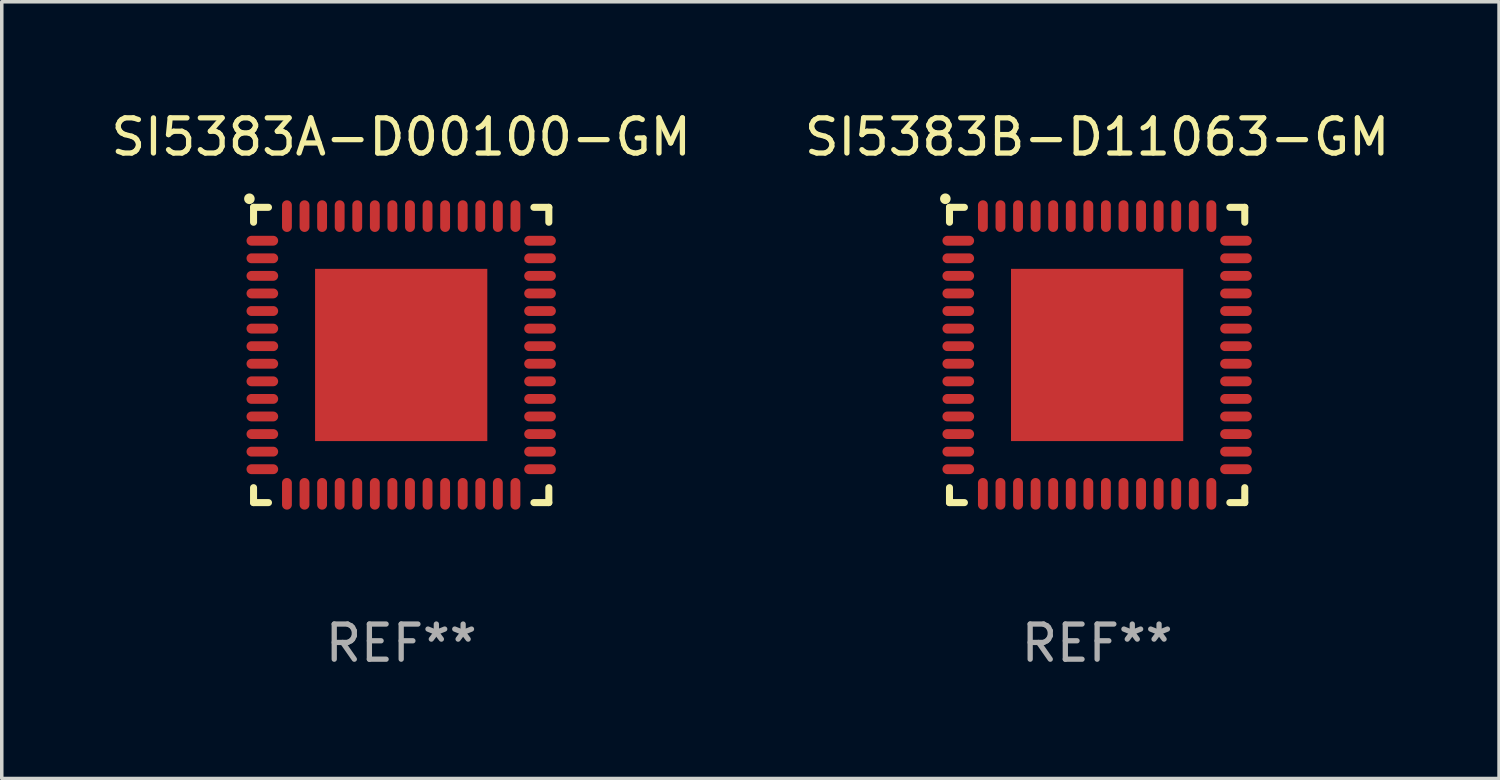
<source format=kicad_pcb>
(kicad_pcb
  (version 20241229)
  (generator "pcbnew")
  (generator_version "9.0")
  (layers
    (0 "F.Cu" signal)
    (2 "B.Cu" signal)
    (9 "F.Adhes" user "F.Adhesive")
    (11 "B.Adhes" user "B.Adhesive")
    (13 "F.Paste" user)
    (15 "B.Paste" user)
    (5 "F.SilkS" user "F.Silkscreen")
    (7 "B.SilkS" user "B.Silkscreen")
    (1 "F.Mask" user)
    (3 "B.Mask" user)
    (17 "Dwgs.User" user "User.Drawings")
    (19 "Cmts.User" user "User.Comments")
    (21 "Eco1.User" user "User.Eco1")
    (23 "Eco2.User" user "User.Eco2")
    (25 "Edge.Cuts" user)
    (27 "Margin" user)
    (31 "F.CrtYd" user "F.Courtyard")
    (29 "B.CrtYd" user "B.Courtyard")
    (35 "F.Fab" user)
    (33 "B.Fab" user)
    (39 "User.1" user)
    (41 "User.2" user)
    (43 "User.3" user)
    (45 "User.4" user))
  (footprint "SI5383A-D00100-GM"
    (layer "F.Cu")
    (at 8.363 7.048)
    (property "Reference" "SI5383A-D00100-GM" (at 0 -6.2 0) (layer "F.SilkS") (effects (font (size 1 1) (thickness 0.15))))
    (attr through_hole)
    (fp_line (start -4.2 -4.2) (end -3.775 -4.2) (stroke (width 0.2) (type solid)) (layer "F.SilkS"))
    (fp_line (start -4.2 -3.775) (end -4.2 -4.2) (stroke (width 0.2) (type solid)) (layer "F.SilkS"))
    (fp_line (start -4.2 3.775) (end -4.2 4.2) (stroke (width 0.2) (type solid)) (layer "F.SilkS"))
    (fp_line (start -4.2 4.2) (end -3.775 4.2) (stroke (width 0.2) (type solid)) (layer "F.SilkS"))
    (fp_line (start 3.775 4.2) (end 4.2 4.2) (stroke (width 0.2) (type solid)) (layer "F.SilkS"))
    (fp_line (start 4.2 -4.2) (end 3.775 -4.2) (stroke (width 0.2) (type solid)) (layer "F.SilkS"))
    (fp_line (start 4.2 -3.775) (end 4.2 -4.2) (stroke (width 0.2) (type solid)) (layer "F.SilkS"))
    (fp_line (start 4.2 4.2) (end 4.2 3.775) (stroke (width 0.2) (type solid)) (layer "F.SilkS"))
    (fp_arc (start -4.318009 -4.442469) (mid -4.318014 -4.443739) (end -4.318009 -4.445009) (stroke (width 0.3) (type solid)) (layer "F.SilkS"))
    (fp_text user "REF**" (at 0 8.2 0) (layer "F.Fab") (effects (font (size 1 1) (thickness 0.15))))
    (pad "1" smd oval (at -3.95 -3.25 90) (size 0.28 0.9) (layers "F.Cu" "F.Mask" "F.Paste"))
    (pad "2" smd oval (at -3.95 -2.75 90) (size 0.28 0.9) (layers "F.Cu" "F.Mask" "F.Paste"))
    (pad "3" smd oval (at -3.95 -2.25 90) (size 0.28 0.9) (layers "F.Cu" "F.Mask" "F.Paste"))
    (pad "4" smd oval (at -3.95 -1.75 90) (size 0.28 0.9) (layers "F.Cu" "F.Mask" "F.Paste"))
    (pad "5" smd oval (at -3.95 -1.25 90) (size 0.28 0.9) (layers "F.Cu" "F.Mask" "F.Paste"))
    (pad "6" smd oval (at -3.95 -0.75 90) (size 0.28 0.9) (layers "F.Cu" "F.Mask" "F.Paste"))
    (pad "7" smd oval (at -3.95 -0.25 90) (size 0.28 0.9) (layers "F.Cu" "F.Mask" "F.Paste"))
    (pad "8" smd oval (at -3.95 0.25 90) (size 0.28 0.9) (layers "F.Cu" "F.Mask" "F.Paste"))
    (pad "9" smd oval (at -3.95 0.75 90) (size 0.28 0.9) (layers "F.Cu" "F.Mask" "F.Paste"))
    (pad "10" smd oval (at -3.95 1.25 90) (size 0.28 0.9) (layers "F.Cu" "F.Mask" "F.Paste"))
    (pad "11" smd oval (at -3.95 1.75 90) (size 0.28 0.9) (layers "F.Cu" "F.Mask" "F.Paste"))
    (pad "12" smd oval (at -3.95 2.25 90) (size 0.28 0.9) (layers "F.Cu" "F.Mask" "F.Paste"))
    (pad "13" smd oval (at -3.95 2.75 90) (size 0.28 0.9) (layers "F.Cu" "F.Mask" "F.Paste"))
    (pad "14" smd oval (at -3.95 3.25 90) (size 0.28 0.9) (layers "F.Cu" "F.Mask" "F.Paste"))
    (pad "15" smd oval (at -3.25 3.95) (size 0.28 0.9) (layers "F.Cu" "F.Mask" "F.Paste"))
    (pad "16" smd oval (at -2.75 3.95) (size 0.28 0.9) (layers "F.Cu" "F.Mask" "F.Paste"))
    (pad "17" smd oval (at -2.25 3.95) (size 0.28 0.9) (layers "F.Cu" "F.Mask" "F.Paste"))
    (pad "18" smd oval (at -1.75 3.95) (size 0.28 0.9) (layers "F.Cu" "F.Mask" "F.Paste"))
    (pad "19" smd oval (at -1.25 3.95) (size 0.28 0.9) (layers "F.Cu" "F.Mask" "F.Paste"))
    (pad "20" smd oval (at -0.75 3.95) (size 0.28 0.9) (layers "F.Cu" "F.Mask" "F.Paste"))
    (pad "21" smd oval (at -0.25 3.95) (size 0.28 0.9) (layers "F.Cu" "F.Mask" "F.Paste"))
    (pad "22" smd oval (at 0.25 3.95) (size 0.28 0.9) (layers "F.Cu" "F.Mask" "F.Paste"))
    (pad "23" smd oval (at 0.75 3.95) (size 0.28 0.9) (layers "F.Cu" "F.Mask" "F.Paste"))
    (pad "24" smd oval (at 1.25 3.95) (size 0.28 0.9) (layers "F.Cu" "F.Mask" "F.Paste"))
    (pad "25" smd oval (at 1.75 3.95) (size 0.28 0.9) (layers "F.Cu" "F.Mask" "F.Paste"))
    (pad "26" smd oval (at 2.25 3.95) (size 0.28 0.9) (layers "F.Cu" "F.Mask" "F.Paste"))
    (pad "27" smd oval (at 2.75 3.95) (size 0.28 0.9) (layers "F.Cu" "F.Mask" "F.Paste"))
    (pad "28" smd oval (at 3.25 3.95) (size 0.28 0.9) (layers "F.Cu" "F.Mask" "F.Paste"))
    (pad "29" smd oval (at 3.95 3.25 90) (size 0.28 0.9) (layers "F.Cu" "F.Mask" "F.Paste"))
    (pad "30" smd oval (at 3.95 2.75 90) (size 0.28 0.9) (layers "F.Cu" "F.Mask" "F.Paste"))
    (pad "31" smd oval (at 3.95 2.25 90) (size 0.28 0.9) (layers "F.Cu" "F.Mask" "F.Paste"))
    (pad "32" smd oval (at 3.95 1.75 90) (size 0.28 0.9) (layers "F.Cu" "F.Mask" "F.Paste"))
    (pad "33" smd oval (at 3.95 1.25 90) (size 0.28 0.9) (layers "F.Cu" "F.Mask" "F.Paste"))
    (pad "34" smd oval (at 3.95 0.75 90) (size 0.28 0.9) (layers "F.Cu" "F.Mask" "F.Paste"))
    (pad "35" smd oval (at 3.95 0.25 90) (size 0.28 0.9) (layers "F.Cu" "F.Mask" "F.Paste"))
    (pad "36" smd oval (at 3.95 -0.25 90) (size 0.28 0.9) (layers "F.Cu" "F.Mask" "F.Paste"))
    (pad "37" smd oval (at 3.95 -0.75 90) (size 0.28 0.9) (layers "F.Cu" "F.Mask" "F.Paste"))
    (pad "38" smd oval (at 3.95 -1.25 90) (size 0.28 0.9) (layers "F.Cu" "F.Mask" "F.Paste"))
    (pad "39" smd oval (at 3.95 -1.75 90) (size 0.28 0.9) (layers "F.Cu" "F.Mask" "F.Paste"))
    (pad "40" smd oval (at 3.95 -2.25 90) (size 0.28 0.9) (layers "F.Cu" "F.Mask" "F.Paste"))
    (pad "41" smd oval (at 3.95 -2.75 90) (size 0.28 0.9) (layers "F.Cu" "F.Mask" "F.Paste"))
    (pad "42" smd oval (at 3.95 -3.25 90) (size 0.28 0.9) (layers "F.Cu" "F.Mask" "F.Paste"))
    (pad "43" smd oval (at 3.25 -3.95) (size 0.28 0.9) (layers "F.Cu" "F.Mask" "F.Paste"))
    (pad "44" smd oval (at 2.75 -3.95) (size 0.28 0.9) (layers "F.Cu" "F.Mask" "F.Paste"))
    (pad "45" smd oval (at 2.25 -3.95) (size 0.28 0.9) (layers "F.Cu" "F.Mask" "F.Paste"))
    (pad "46" smd oval (at 1.75 -3.95) (size 0.28 0.9) (layers "F.Cu" "F.Mask" "F.Paste"))
    (pad "47" smd oval (at 1.25 -3.95) (size 0.28 0.9) (layers "F.Cu" "F.Mask" "F.Paste"))
    (pad "48" smd oval (at 0.75 -3.95) (size 0.28 0.9) (layers "F.Cu" "F.Mask" "F.Paste"))
    (pad "49" smd oval (at 0.25 -3.95) (size 0.28 0.9) (layers "F.Cu" "F.Mask" "F.Paste"))
    (pad "50" smd oval (at -0.25 -3.95) (size 0.28 0.9) (layers "F.Cu" "F.Mask" "F.Paste"))
    (pad "51" smd oval (at -0.75 -3.95) (size 0.28 0.9) (layers "F.Cu" "F.Mask" "F.Paste"))
    (pad "52" smd oval (at -1.25 -3.95) (size 0.28 0.9) (layers "F.Cu" "F.Mask" "F.Paste"))
    (pad "53" smd oval (at -1.75 -3.95) (size 0.28 0.9) (layers "F.Cu" "F.Mask" "F.Paste"))
    (pad "54" smd oval (at -2.25 -3.95) (size 0.28 0.9) (layers "F.Cu" "F.Mask" "F.Paste"))
    (pad "55" smd oval (at -2.75 -3.95) (size 0.28 0.9) (layers "F.Cu" "F.Mask" "F.Paste"))
    (pad "56" smd oval (at -3.25 -3.95) (size 0.28 0.9) (layers "F.Cu" "F.Mask" "F.Paste"))
    (pad "57" smd rect (at 0 0) (size 4.9 4.9) (layers "F.Cu" "F.Mask" "F.Paste")))
  (footprint "SI5383B-D11063-GM"
    (layer "F.Cu")
    (at 28.161 7.048)
    (property "Reference" "SI5383B-D11063-GM" (at 0 -6.2 0) (layer "F.SilkS") (effects (font (size 1 1) (thickness 0.15))))
    (attr through_hole)
    (fp_line (start -4.2 -4.2) (end -3.775 -4.2) (stroke (width 0.2) (type solid)) (layer "F.SilkS"))
    (fp_line (start -4.2 -3.775) (end -4.2 -4.2) (stroke (width 0.2) (type solid)) (layer "F.SilkS"))
    (fp_line (start -4.2 3.775) (end -4.2 4.2) (stroke (width 0.2) (type solid)) (layer "F.SilkS"))
    (fp_line (start -4.2 4.2) (end -3.775 4.2) (stroke (width 0.2) (type solid)) (layer "F.SilkS"))
    (fp_line (start 3.775 4.2) (end 4.2 4.2) (stroke (width 0.2) (type solid)) (layer "F.SilkS"))
    (fp_line (start 4.2 -4.2) (end 3.775 -4.2) (stroke (width 0.2) (type solid)) (layer "F.SilkS"))
    (fp_line (start 4.2 -3.775) (end 4.2 -4.2) (stroke (width 0.2) (type solid)) (layer "F.SilkS"))
    (fp_line (start 4.2 4.2) (end 4.2 3.775) (stroke (width 0.2) (type solid)) (layer "F.SilkS"))
    (fp_arc (start -4.318009 -4.442469) (mid -4.318014 -4.443739) (end -4.318009 -4.445009) (stroke (width 0.3) (type solid)) (layer "F.SilkS"))
    (fp_text user "REF**" (at 0 8.2 0) (layer "F.Fab") (effects (font (size 1 1) (thickness 0.15))))
    (pad "1" smd oval (at -3.95 -3.25 90) (size 0.28 0.9) (layers "F.Cu" "F.Mask" "F.Paste"))
    (pad "2" smd oval (at -3.95 -2.75 90) (size 0.28 0.9) (layers "F.Cu" "F.Mask" "F.Paste"))
    (pad "3" smd oval (at -3.95 -2.25 90) (size 0.28 0.9) (layers "F.Cu" "F.Mask" "F.Paste"))
    (pad "4" smd oval (at -3.95 -1.75 90) (size 0.28 0.9) (layers "F.Cu" "F.Mask" "F.Paste"))
    (pad "5" smd oval (at -3.95 -1.25 90) (size 0.28 0.9) (layers "F.Cu" "F.Mask" "F.Paste"))
    (pad "6" smd oval (at -3.95 -0.75 90) (size 0.28 0.9) (layers "F.Cu" "F.Mask" "F.Paste"))
    (pad "7" smd oval (at -3.95 -0.25 90) (size 0.28 0.9) (layers "F.Cu" "F.Mask" "F.Paste"))
    (pad "8" smd oval (at -3.95 0.25 90) (size 0.28 0.9) (layers "F.Cu" "F.Mask" "F.Paste"))
    (pad "9" smd oval (at -3.95 0.75 90) (size 0.28 0.9) (layers "F.Cu" "F.Mask" "F.Paste"))
    (pad "10" smd oval (at -3.95 1.25 90) (size 0.28 0.9) (layers "F.Cu" "F.Mask" "F.Paste"))
    (pad "11" smd oval (at -3.95 1.75 90) (size 0.28 0.9) (layers "F.Cu" "F.Mask" "F.Paste"))
    (pad "12" smd oval (at -3.95 2.25 90) (size 0.28 0.9) (layers "F.Cu" "F.Mask" "F.Paste"))
    (pad "13" smd oval (at -3.95 2.75 90) (size 0.28 0.9) (layers "F.Cu" "F.Mask" "F.Paste"))
    (pad "14" smd oval (at -3.95 3.25 90) (size 0.28 0.9) (layers "F.Cu" "F.Mask" "F.Paste"))
    (pad "15" smd oval (at -3.25 3.95) (size 0.28 0.9) (layers "F.Cu" "F.Mask" "F.Paste"))
    (pad "16" smd oval (at -2.75 3.95) (size 0.28 0.9) (layers "F.Cu" "F.Mask" "F.Paste"))
    (pad "17" smd oval (at -2.25 3.95) (size 0.28 0.9) (layers "F.Cu" "F.Mask" "F.Paste"))
    (pad "18" smd oval (at -1.75 3.95) (size 0.28 0.9) (layers "F.Cu" "F.Mask" "F.Paste"))
    (pad "19" smd oval (at -1.25 3.95) (size 0.28 0.9) (layers "F.Cu" "F.Mask" "F.Paste"))
    (pad "20" smd oval (at -0.75 3.95) (size 0.28 0.9) (layers "F.Cu" "F.Mask" "F.Paste"))
    (pad "21" smd oval (at -0.25 3.95) (size 0.28 0.9) (layers "F.Cu" "F.Mask" "F.Paste"))
    (pad "22" smd oval (at 0.25 3.95) (size 0.28 0.9) (layers "F.Cu" "F.Mask" "F.Paste"))
    (pad "23" smd oval (at 0.75 3.95) (size 0.28 0.9) (layers "F.Cu" "F.Mask" "F.Paste"))
    (pad "24" smd oval (at 1.25 3.95) (size 0.28 0.9) (layers "F.Cu" "F.Mask" "F.Paste"))
    (pad "25" smd oval (at 1.75 3.95) (size 0.28 0.9) (layers "F.Cu" "F.Mask" "F.Paste"))
    (pad "26" smd oval (at 2.25 3.95) (size 0.28 0.9) (layers "F.Cu" "F.Mask" "F.Paste"))
    (pad "27" smd oval (at 2.75 3.95) (size 0.28 0.9) (layers "F.Cu" "F.Mask" "F.Paste"))
    (pad "28" smd oval (at 3.25 3.95) (size 0.28 0.9) (layers "F.Cu" "F.Mask" "F.Paste"))
    (pad "29" smd oval (at 3.95 3.25 90) (size 0.28 0.9) (layers "F.Cu" "F.Mask" "F.Paste"))
    (pad "30" smd oval (at 3.95 2.75 90) (size 0.28 0.9) (layers "F.Cu" "F.Mask" "F.Paste"))
    (pad "31" smd oval (at 3.95 2.25 90) (size 0.28 0.9) (layers "F.Cu" "F.Mask" "F.Paste"))
    (pad "32" smd oval (at 3.95 1.75 90) (size 0.28 0.9) (layers "F.Cu" "F.Mask" "F.Paste"))
    (pad "33" smd oval (at 3.95 1.25 90) (size 0.28 0.9) (layers "F.Cu" "F.Mask" "F.Paste"))
    (pad "34" smd oval (at 3.95 0.75 90) (size 0.28 0.9) (layers "F.Cu" "F.Mask" "F.Paste"))
    (pad "35" smd oval (at 3.95 0.25 90) (size 0.28 0.9) (layers "F.Cu" "F.Mask" "F.Paste"))
    (pad "36" smd oval (at 3.95 -0.25 90) (size 0.28 0.9) (layers "F.Cu" "F.Mask" "F.Paste"))
    (pad "37" smd oval (at 3.95 -0.75 90) (size 0.28 0.9) (layers "F.Cu" "F.Mask" "F.Paste"))
    (pad "38" smd oval (at 3.95 -1.25 90) (size 0.28 0.9) (layers "F.Cu" "F.Mask" "F.Paste"))
    (pad "39" smd oval (at 3.95 -1.75 90) (size 0.28 0.9) (layers "F.Cu" "F.Mask" "F.Paste"))
    (pad "40" smd oval (at 3.95 -2.25 90) (size 0.28 0.9) (layers "F.Cu" "F.Mask" "F.Paste"))
    (pad "41" smd oval (at 3.95 -2.75 90) (size 0.28 0.9) (layers "F.Cu" "F.Mask" "F.Paste"))
    (pad "42" smd oval (at 3.95 -3.25 90) (size 0.28 0.9) (layers "F.Cu" "F.Mask" "F.Paste"))
    (pad "43" smd oval (at 3.25 -3.95) (size 0.28 0.9) (layers "F.Cu" "F.Mask" "F.Paste"))
    (pad "44" smd oval (at 2.75 -3.95) (size 0.28 0.9) (layers "F.Cu" "F.Mask" "F.Paste"))
    (pad "45" smd oval (at 2.25 -3.95) (size 0.28 0.9) (layers "F.Cu" "F.Mask" "F.Paste"))
    (pad "46" smd oval (at 1.75 -3.95) (size 0.28 0.9) (layers "F.Cu" "F.Mask" "F.Paste"))
    (pad "47" smd oval (at 1.25 -3.95) (size 0.28 0.9) (layers "F.Cu" "F.Mask" "F.Paste"))
    (pad "48" smd oval (at 0.75 -3.95) (size 0.28 0.9) (layers "F.Cu" "F.Mask" "F.Paste"))
    (pad "49" smd oval (at 0.25 -3.95) (size 0.28 0.9) (layers "F.Cu" "F.Mask" "F.Paste"))
    (pad "50" smd oval (at -0.25 -3.95) (size 0.28 0.9) (layers "F.Cu" "F.Mask" "F.Paste"))
    (pad "51" smd oval (at -0.75 -3.95) (size 0.28 0.9) (layers "F.Cu" "F.Mask" "F.Paste"))
    (pad "52" smd oval (at -1.25 -3.95) (size 0.28 0.9) (layers "F.Cu" "F.Mask" "F.Paste"))
    (pad "53" smd oval (at -1.75 -3.95) (size 0.28 0.9) (layers "F.Cu" "F.Mask" "F.Paste"))
    (pad "54" smd oval (at -2.25 -3.95) (size 0.28 0.9) (layers "F.Cu" "F.Mask" "F.Paste"))
    (pad "55" smd oval (at -2.75 -3.95) (size 0.28 0.9) (layers "F.Cu" "F.Mask" "F.Paste"))
    (pad "56" smd oval (at -3.25 -3.95) (size 0.28 0.9) (layers "F.Cu" "F.Mask" "F.Paste"))
    (pad "57" smd rect (at 0 0) (size 4.9 4.9) (layers "F.Cu" "F.Mask" "F.Paste")))
  (gr_rect
    (start -3 -3)
    (end 39.595 19.096)
    (stroke (width 0.1) (type default))
    (fill no)
    (layer "Edge.Cuts")))
</source>
